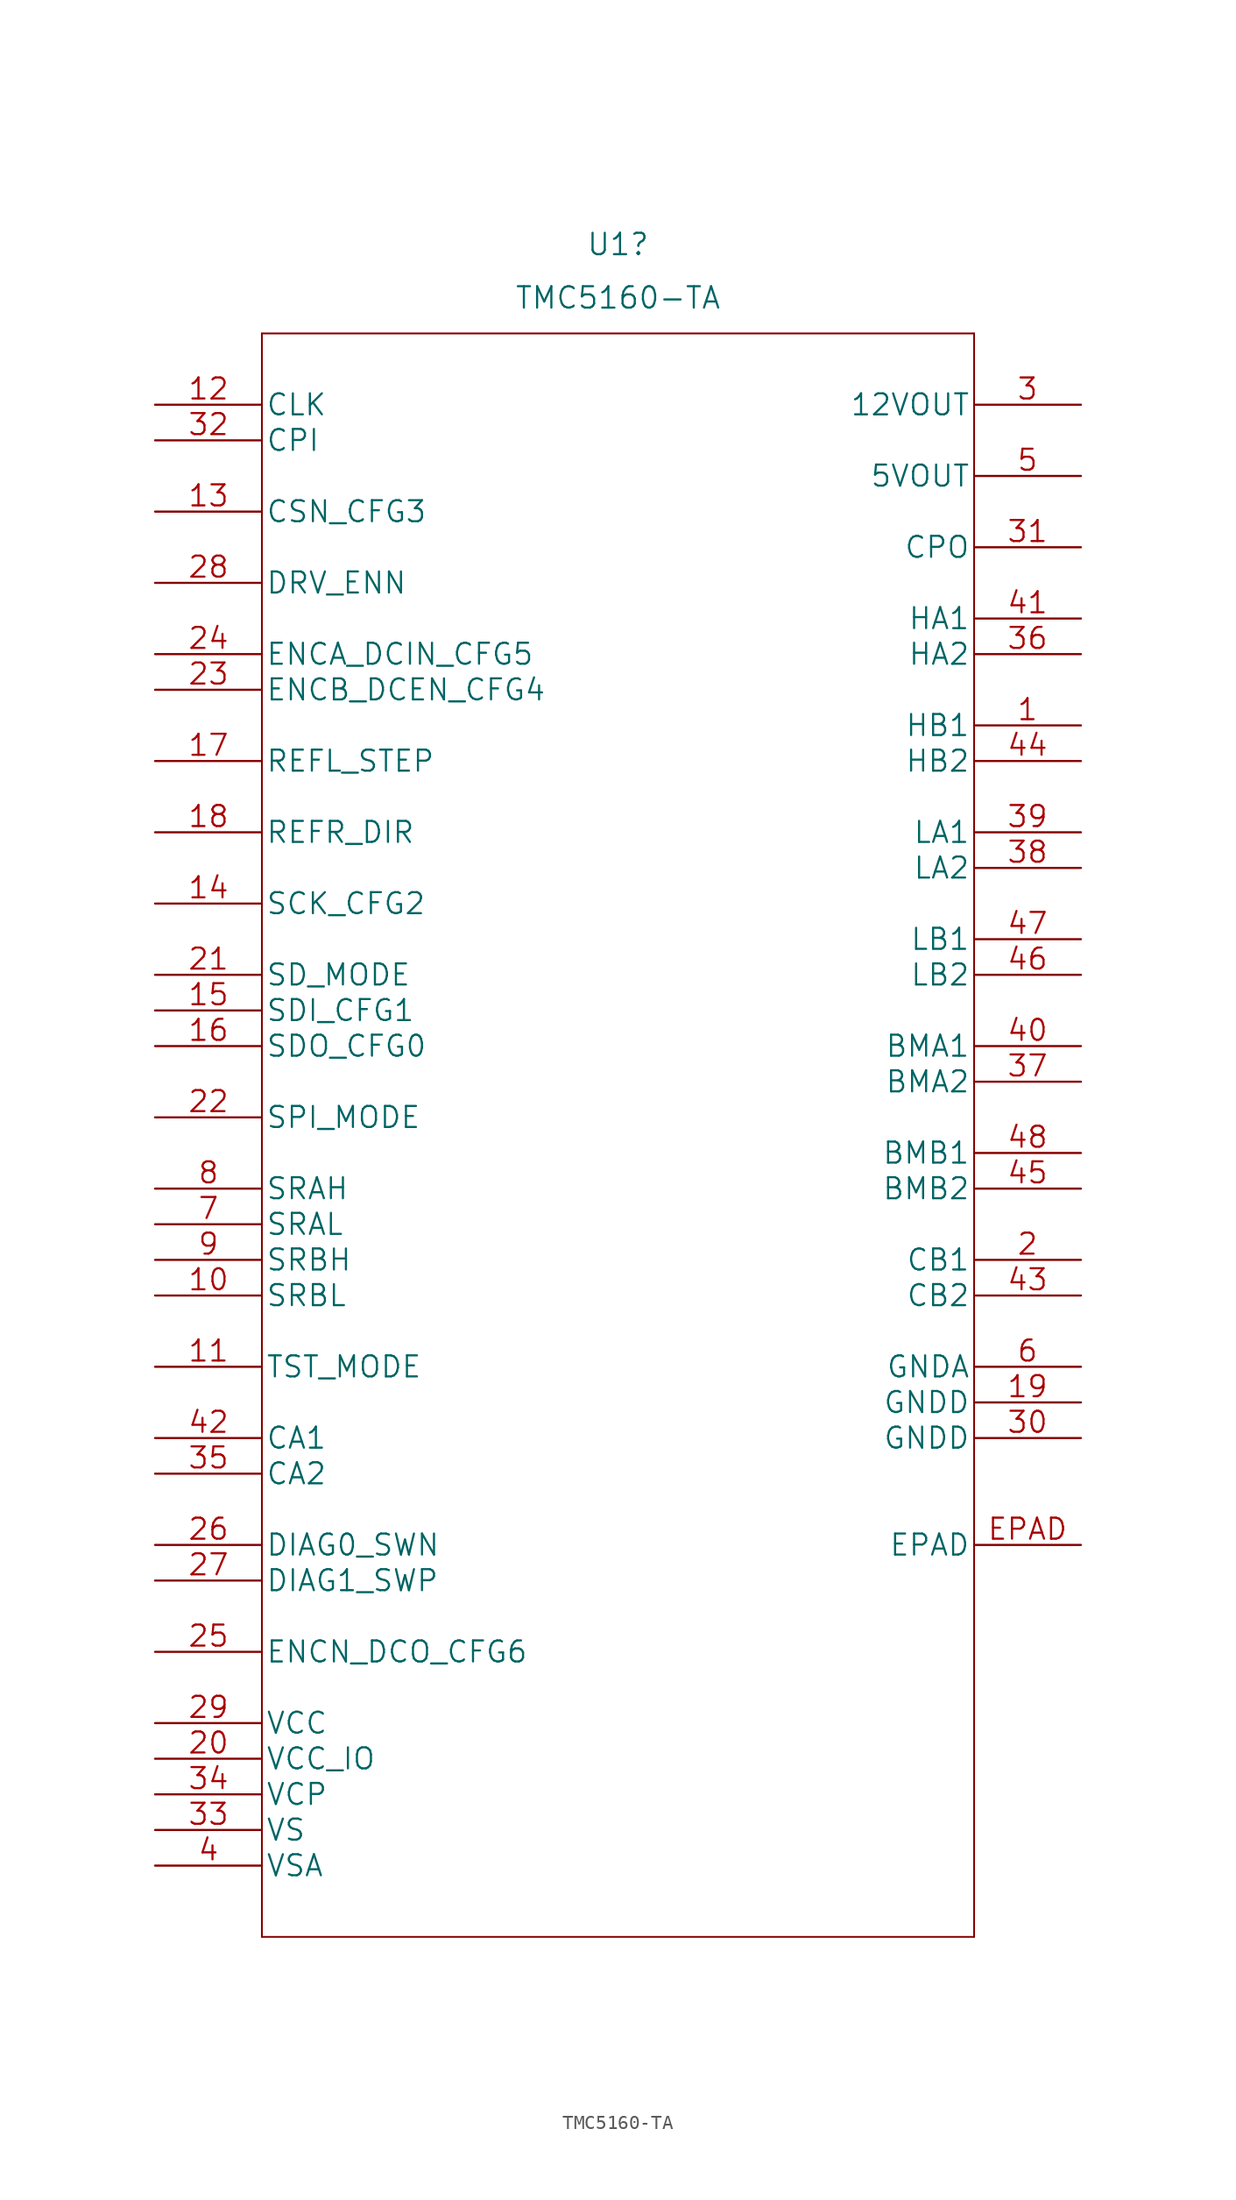
<source format=kicad_sym>
(kicad_symbol_lib
  (version 20211014)
  (generator kicad_symbol_editor)
  (symbol "TMC5160-TA"
    (pin_names
      (offset 0.254))
    (property "Reference" "U1"
      (at 0 63.5 0)
      (effects (font (size 1.524 1.524))))
    (property "Value" "TMC5160-TA"
      (at 0 59.69 0)
      (effects (font (size 1.524 1.524))))
    (symbol "TMC5160-TA_1_1"
      (polyline (pts (xy -25.4 -57.15) (xy 25.4 -57.15)) (stroke (width 0.127) (type default) (color 0 0 0 0)) (fill (type none)))
      (polyline (pts (xy -25.4 57.15) (xy -25.4 -57.15)) (stroke (width 0.127) (type default) (color 0 0 0 0)) (fill (type none)))
      (polyline (pts (xy 25.4 -57.15) (xy 25.4 57.15)) (stroke (width 0.127) (type default) (color 0 0 0 0)) (fill (type none)))
      (polyline (pts (xy 25.4 57.15) (xy -25.4 57.15)) (stroke (width 0.127) (type default) (color 0 0 0 0)) (fill (type none)))
      (pin output line (at 33.02 29.21 180) (length 7.62) (name "HB1" (effects (font (size 1.499 1.499)))) (number "1" (effects (font (size 1.499 1.499)))))
      (pin input line (at -33.02 -11.43 0) (length 7.62) (name "SRBL" (effects (font (size 1.499 1.499)))) (number "10" (effects (font (size 1.499 1.499)))))
      (pin input line (at -33.02 -16.51 0) (length 7.62) (name "TST_MODE" (effects (font (size 1.499 1.499)))) (number "11" (effects (font (size 1.499 1.499)))))
      (pin input line (at -33.02 52.07 0) (length 7.62) (name "CLK" (effects (font (size 1.499 1.499)))) (number "12" (effects (font (size 1.499 1.499)))))
      (pin input line (at -33.02 44.45 0) (length 7.62) (name "CSN_CFG3" (effects (font (size 1.499 1.499)))) (number "13" (effects (font (size 1.499 1.499)))))
      (pin input line (at -33.02 16.51 0) (length 7.62) (name "SCK_CFG2" (effects (font (size 1.499 1.499)))) (number "14" (effects (font (size 1.499 1.499)))))
      (pin input line (at -33.02 8.89 0) (length 7.62) (name "SDI_CFG1" (effects (font (size 1.499 1.499)))) (number "15" (effects (font (size 1.499 1.499)))))
      (pin input line (at -33.02 6.35 0) (length 7.62) (name "SDO_CFG0" (effects (font (size 1.499 1.499)))) (number "16" (effects (font (size 1.499 1.499)))))
      (pin input line (at -33.02 26.67 0) (length 7.62) (name "REFL_STEP" (effects (font (size 1.499 1.499)))) (number "17" (effects (font (size 1.499 1.499)))))
      (pin input line (at -33.02 21.59 0) (length 7.62) (name "REFR_DIR" (effects (font (size 1.499 1.499)))) (number "18" (effects (font (size 1.499 1.499)))))
      (pin power_in line (at 33.02 -19.05 180) (length 7.62) (name "GNDD" (effects (font (size 1.499 1.499)))) (number "19" (effects (font (size 1.499 1.499)))))
      (pin unspecified line (at 33.02 -8.89 180) (length 7.62) (name "CB1" (effects (font (size 1.499 1.499)))) (number "2" (effects (font (size 1.499 1.499)))))
      (pin power_in line (at -33.02 -44.45 0) (length 7.62) (name "VCC_IO" (effects (font (size 1.499 1.499)))) (number "20" (effects (font (size 1.499 1.499)))))
      (pin input line (at -33.02 11.43 0) (length 7.62) (name "SD_MODE" (effects (font (size 1.499 1.499)))) (number "21" (effects (font (size 1.499 1.499)))))
      (pin input line (at -33.02 1.27 0) (length 7.62) (name "SPI_MODE" (effects (font (size 1.499 1.499)))) (number "22" (effects (font (size 1.499 1.499)))))
      (pin input line (at -33.02 31.75 0) (length 7.62) (name "ENCB_DCEN_CFG4" (effects (font (size 1.499 1.499)))) (number "23" (effects (font (size 1.499 1.499)))))
      (pin input line (at -33.02 34.29 0) (length 7.62) (name "ENCA_DCIN_CFG5" (effects (font (size 1.499 1.499)))) (number "24" (effects (font (size 1.499 1.499)))))
      (pin bidirectional line (at -33.02 -36.83 0) (length 7.62) (name "ENCN_DCO_CFG6" (effects (font (size 1.499 1.499)))) (number "25" (effects (font (size 1.499 1.499)))))
      (pin bidirectional line (at -33.02 -29.21 0) (length 7.62) (name "DIAG0_SWN" (effects (font (size 1.499 1.499)))) (number "26" (effects (font (size 1.499 1.499)))))
      (pin bidirectional line (at -33.02 -31.75 0) (length 7.62) (name "DIAG1_SWP" (effects (font (size 1.499 1.499)))) (number "27" (effects (font (size 1.499 1.499)))))
      (pin input line (at -33.02 39.37 0) (length 7.62) (name "DRV_ENN" (effects (font (size 1.499 1.499)))) (number "28" (effects (font (size 1.499 1.499)))))
      (pin power_in line (at -33.02 -41.91 0) (length 7.62) (name "VCC" (effects (font (size 1.499 1.499)))) (number "29" (effects (font (size 1.499 1.499)))))
      (pin output line (at 33.02 52.07 180) (length 7.62) (name "12VOUT" (effects (font (size 1.499 1.499)))) (number "3" (effects (font (size 1.499 1.499)))))
      (pin power_in line (at 33.02 -21.59 180) (length 7.62) (name "GNDD" (effects (font (size 1.499 1.499)))) (number "30" (effects (font (size 1.499 1.499)))))
      (pin output line (at 33.02 41.91 180) (length 7.62) (name "CPO" (effects (font (size 1.499 1.499)))) (number "31" (effects (font (size 1.499 1.499)))))
      (pin input line (at -33.02 49.53 0) (length 7.62) (name "CPI" (effects (font (size 1.499 1.499)))) (number "32" (effects (font (size 1.499 1.499)))))
      (pin power_in line (at -33.02 -49.53 0) (length 7.62) (name "VS" (effects (font (size 1.499 1.499)))) (number "33" (effects (font (size 1.499 1.499)))))
      (pin power_in line (at -33.02 -46.99 0) (length 7.62) (name "VCP" (effects (font (size 1.499 1.499)))) (number "34" (effects (font (size 1.499 1.499)))))
      (pin unspecified line (at -33.02 -24.13 0) (length 7.62) (name "CA2" (effects (font (size 1.499 1.499)))) (number "35" (effects (font (size 1.499 1.499)))))
      (pin output line (at 33.02 34.29 180) (length 7.62) (name "HA2" (effects (font (size 1.499 1.499)))) (number "36" (effects (font (size 1.499 1.499)))))
      (pin unspecified line (at 33.02 3.81 180) (length 7.62) (name "BMA2" (effects (font (size 1.499 1.499)))) (number "37" (effects (font (size 1.499 1.499)))))
      (pin output line (at 33.02 19.05 180) (length 7.62) (name "LA2" (effects (font (size 1.499 1.499)))) (number "38" (effects (font (size 1.499 1.499)))))
      (pin output line (at 33.02 21.59 180) (length 7.62) (name "LA1" (effects (font (size 1.499 1.499)))) (number "39" (effects (font (size 1.499 1.499)))))
      (pin power_in line (at -33.02 -52.07 0) (length 7.62) (name "VSA" (effects (font (size 1.499 1.499)))) (number "4" (effects (font (size 1.499 1.499)))))
      (pin unspecified line (at 33.02 6.35 180) (length 7.62) (name "BMA1" (effects (font (size 1.499 1.499)))) (number "40" (effects (font (size 1.499 1.499)))))
      (pin output line (at 33.02 36.83 180) (length 7.62) (name "HA1" (effects (font (size 1.499 1.499)))) (number "41" (effects (font (size 1.499 1.499)))))
      (pin unspecified line (at -33.02 -21.59 0) (length 7.62) (name "CA1" (effects (font (size 1.499 1.499)))) (number "42" (effects (font (size 1.499 1.499)))))
      (pin unspecified line (at 33.02 -11.43 180) (length 7.62) (name "CB2" (effects (font (size 1.499 1.499)))) (number "43" (effects (font (size 1.499 1.499)))))
      (pin output line (at 33.02 26.67 180) (length 7.62) (name "HB2" (effects (font (size 1.499 1.499)))) (number "44" (effects (font (size 1.499 1.499)))))
      (pin unspecified line (at 33.02 -3.81 180) (length 7.62) (name "BMB2" (effects (font (size 1.499 1.499)))) (number "45" (effects (font (size 1.499 1.499)))))
      (pin output line (at 33.02 11.43 180) (length 7.62) (name "LB2" (effects (font (size 1.499 1.499)))) (number "46" (effects (font (size 1.499 1.499)))))
      (pin output line (at 33.02 13.97 180) (length 7.62) (name "LB1" (effects (font (size 1.499 1.499)))) (number "47" (effects (font (size 1.499 1.499)))))
      (pin unspecified line (at 33.02 -1.27 180) (length 7.62) (name "BMB1" (effects (font (size 1.499 1.499)))) (number "48" (effects (font (size 1.499 1.499)))))
      (pin output line (at 33.02 46.99 180) (length 7.62) (name "5VOUT" (effects (font (size 1.499 1.499)))) (number "5" (effects (font (size 1.499 1.499)))))
      (pin power_in line (at 33.02 -16.51 180) (length 7.62) (name "GNDA" (effects (font (size 1.499 1.499)))) (number "6" (effects (font (size 1.499 1.499)))))
      (pin input line (at -33.02 -6.35 0) (length 7.62) (name "SRAL" (effects (font (size 1.499 1.499)))) (number "7" (effects (font (size 1.499 1.499)))))
      (pin input line (at -33.02 -3.81 0) (length 7.62) (name "SRAH" (effects (font (size 1.499 1.499)))) (number "8" (effects (font (size 1.499 1.499)))))
      (pin input line (at -33.02 -8.89 0) (length 7.62) (name "SRBH" (effects (font (size 1.499 1.499)))) (number "9" (effects (font (size 1.499 1.499)))))
      (pin unspecified line (at 33.02 -29.21 180) (length 7.62) (name "EPAD" (effects (font (size 1.499 1.499)))) (number "EPAD" (effects (font (size 1.499 1.499))))))))
</source>
